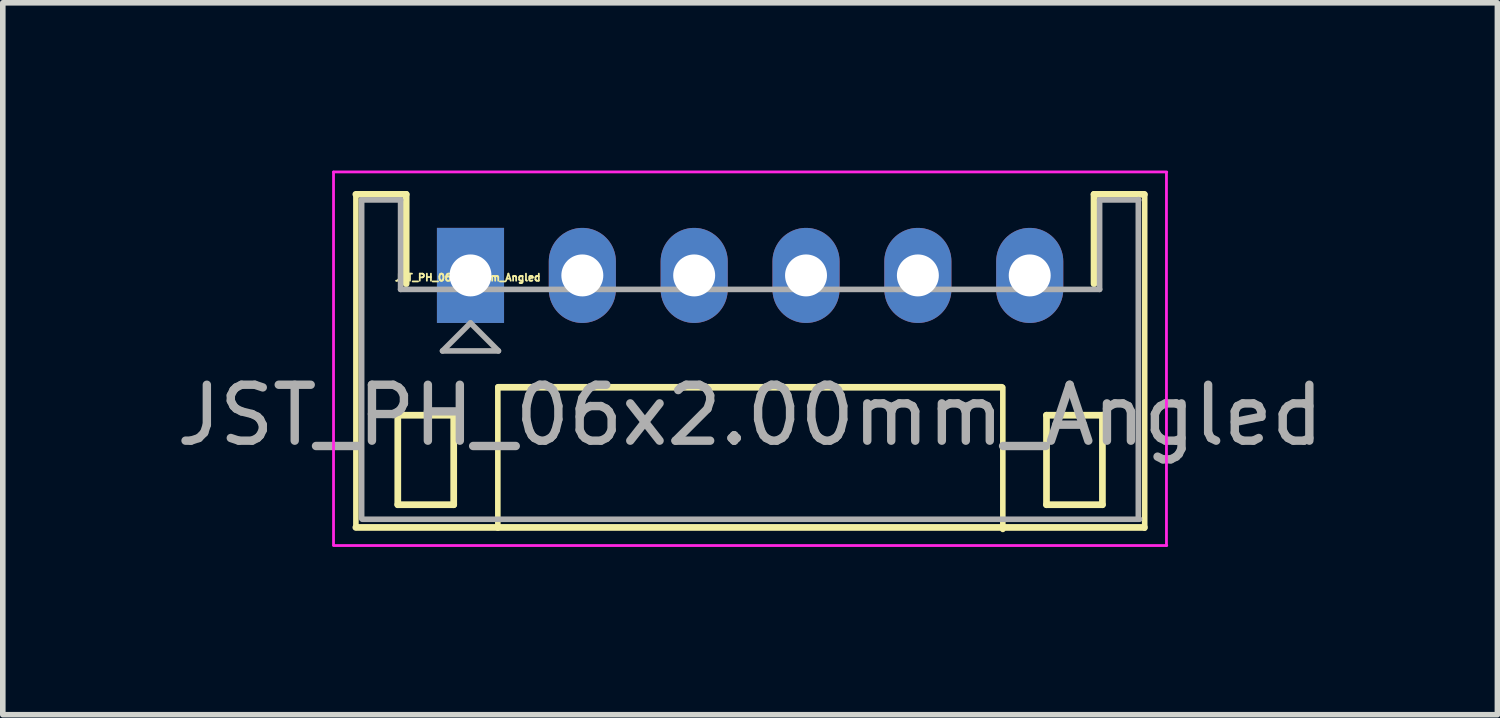
<source format=kicad_pcb>
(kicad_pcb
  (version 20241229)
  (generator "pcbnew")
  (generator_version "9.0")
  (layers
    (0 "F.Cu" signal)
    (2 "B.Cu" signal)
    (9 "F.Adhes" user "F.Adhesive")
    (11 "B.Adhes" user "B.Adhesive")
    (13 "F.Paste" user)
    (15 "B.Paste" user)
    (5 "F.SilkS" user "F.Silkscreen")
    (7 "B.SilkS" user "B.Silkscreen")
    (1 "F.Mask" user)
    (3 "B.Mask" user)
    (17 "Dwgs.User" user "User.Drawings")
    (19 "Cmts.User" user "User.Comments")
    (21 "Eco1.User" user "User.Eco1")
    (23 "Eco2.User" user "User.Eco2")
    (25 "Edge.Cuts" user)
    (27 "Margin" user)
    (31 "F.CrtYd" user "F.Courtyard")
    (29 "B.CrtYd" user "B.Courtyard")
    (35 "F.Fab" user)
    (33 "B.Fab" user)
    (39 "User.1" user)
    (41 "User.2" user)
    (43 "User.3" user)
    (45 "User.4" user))
  (footprint "JST_PH_06x2.00mm_Angled"
    (layer "F.Cu")
    (at 5.363 1.875)
    (property "Reference" "JST_PH_06x2.00mm_Angled" (at -0.048 0.038 0) (layer "F.SilkS") (effects (font (size 0.127 0.127) (thickness 0.032))))
    (attr through_hole)
    (fp_line (start -2.05 4.506) (end 12.05 4.506) (stroke (width 0.12) (type solid)) (layer "F.SilkS"))
    (fp_line (start -2.049 4.507) (end -2.049 -1.448) (stroke (width 0.1) (type solid)) (layer "F.SilkS"))
    (fp_line (start -1.3 2.5) (end -1.3 4.1) (stroke (width 0.12) (type solid)) (layer "F.SilkS"))
    (fp_line (start -1.3 4.1) (end -0.3 4.1) (stroke (width 0.12) (type solid)) (layer "F.SilkS"))
    (fp_line (start -1.15 -1.45) (end -2.05 -1.45) (stroke (width 0.12) (type solid)) (layer "F.SilkS"))
    (fp_line (start -1.15 0.15) (end -1.15 -1.45) (stroke (width 0.12) (type solid)) (layer "F.SilkS"))
    (fp_line (start -0.3 2.5) (end -1.3 2.5) (stroke (width 0.12) (type solid)) (layer "F.SilkS"))
    (fp_line (start -0.3 4.1) (end -0.3 2.5) (stroke (width 0.12) (type solid)) (layer "F.SilkS"))
    (fp_line (start 0.489 1.993) (end 0.489 4.519) (stroke (width 0.1) (type solid)) (layer "F.SilkS"))
    (fp_line (start 0.5 2) (end 9.5 2) (stroke (width 0.12) (type solid)) (layer "F.SilkS"))
    (fp_line (start 9.519 2.004) (end 9.519 4.542) (stroke (width 0.1) (type solid)) (layer "F.SilkS"))
    (fp_line (start 10.3 2.5) (end 11.3 2.5) (stroke (width 0.12) (type solid)) (layer "F.SilkS"))
    (fp_line (start 10.3 4.1) (end 10.3 2.5) (stroke (width 0.12) (type solid)) (layer "F.SilkS"))
    (fp_line (start 11.15 -1.45) (end 11.15 0.15) (stroke (width 0.12) (type solid)) (layer "F.SilkS"))
    (fp_line (start 11.3 2.5) (end 11.3 4.1) (stroke (width 0.12) (type solid)) (layer "F.SilkS"))
    (fp_line (start 11.3 4.1) (end 10.3 4.1) (stroke (width 0.12) (type solid)) (layer "F.SilkS"))
    (fp_line (start 12.05 -1.45) (end 11.15 -1.45) (stroke (width 0.12) (type solid)) (layer "F.SilkS"))
    (fp_line (start 12.056 4.519) (end 12.056 -1.448) (stroke (width 0.1) (type solid)) (layer "F.SilkS"))
    (fp_line (start -2.45 4.83) (end 12.45 4.83) (stroke (width 0.05) (type solid)) (layer "F.CrtYd"))
    (fp_line (start -2.449 4.815) (end -2.449 -1.848) (stroke (width 0.05) (type solid)) (layer "F.CrtYd"))
    (fp_line (start 12.445 4.827) (end 12.445 -1.836) (stroke (width 0.05) (type solid)) (layer "F.CrtYd"))
    (fp_line (start 12.45 -1.85) (end -2.45 -1.85) (stroke (width 0.05) (type solid)) (layer "F.CrtYd"))
    (fp_line (start -1.946 4.347) (end -1.946 -1.345) (stroke (width 0.1) (type solid)) (layer "F.Fab"))
    (fp_line (start -1.935 4.36) (end 11.965 4.36) (stroke (width 0.1) (type solid)) (layer "F.Fab"))
    (fp_line (start -1.25 -1.35) (end -1.95 -1.35) (stroke (width 0.1) (type solid)) (layer "F.Fab"))
    (fp_line (start -1.25 0.25) (end -1.25 -1.35) (stroke (width 0.1) (type solid)) (layer "F.Fab"))
    (fp_line (start -0.5 1.35) (end 0.5 1.35) (stroke (width 0.1) (type solid)) (layer "F.Fab"))
    (fp_line (start 0 0.85) (end -0.5 1.35) (stroke (width 0.1) (type solid)) (layer "F.Fab"))
    (fp_line (start 0.5 1.35) (end 0 0.85) (stroke (width 0.1) (type solid)) (layer "F.Fab"))
    (fp_line (start 11.25 -1.35) (end 11.25 0.25) (stroke (width 0.1) (type solid)) (layer "F.Fab"))
    (fp_line (start 11.25 0.25) (end -1.25 0.25) (stroke (width 0.1) (type solid)) (layer "F.Fab"))
    (fp_line (start 11.942 4.359) (end 11.942 -1.356) (stroke (width 0.1) (type solid)) (layer "F.Fab"))
    (fp_line (start 11.95 -1.35) (end 11.25 -1.35) (stroke (width 0.1) (type solid)) (layer "F.Fab"))
    (fp_text user "${REFERENCE}" (at 5 2.5 0) (layer "F.Fab") (effects (font (size 1 1) (thickness 0.15))))
    (pad "1" thru_hole rect (at 0 0) (size 1.2 1.7) (drill 0.75) (layers "*.Cu" "*.Mask"))
    (pad "2" thru_hole oval (at 2 0) (size 1.2 1.7) (drill 0.75) (layers "*.Cu" "*.Mask"))
    (pad "3" thru_hole oval (at 4 0) (size 1.2 1.7) (drill 0.75) (layers "*.Cu" "*.Mask"))
    (pad "4" thru_hole oval (at 6 0) (size 1.2 1.7) (drill 0.75) (layers "*.Cu" "*.Mask"))
    (pad "5" thru_hole oval (at 8 0) (size 1.2 1.7) (drill 0.75) (layers "*.Cu" "*.Mask"))
    (pad "6" thru_hole oval (at 10 0) (size 1.2 1.7) (drill 0.75) (layers "*.Cu" "*.Mask")))
  (gr_rect
    (start -3 -3)
    (end 23.726 9.73)
    (stroke (width 0.1) (type default))
    (fill no)
    (layer "Edge.Cuts")))
</source>
